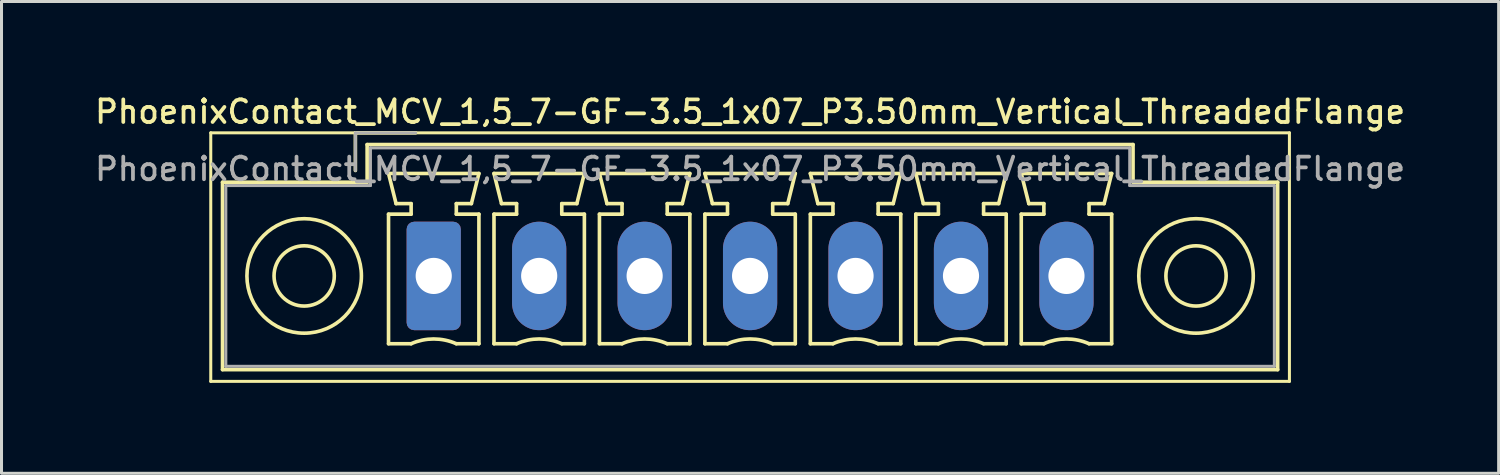
<source format=kicad_pcb>
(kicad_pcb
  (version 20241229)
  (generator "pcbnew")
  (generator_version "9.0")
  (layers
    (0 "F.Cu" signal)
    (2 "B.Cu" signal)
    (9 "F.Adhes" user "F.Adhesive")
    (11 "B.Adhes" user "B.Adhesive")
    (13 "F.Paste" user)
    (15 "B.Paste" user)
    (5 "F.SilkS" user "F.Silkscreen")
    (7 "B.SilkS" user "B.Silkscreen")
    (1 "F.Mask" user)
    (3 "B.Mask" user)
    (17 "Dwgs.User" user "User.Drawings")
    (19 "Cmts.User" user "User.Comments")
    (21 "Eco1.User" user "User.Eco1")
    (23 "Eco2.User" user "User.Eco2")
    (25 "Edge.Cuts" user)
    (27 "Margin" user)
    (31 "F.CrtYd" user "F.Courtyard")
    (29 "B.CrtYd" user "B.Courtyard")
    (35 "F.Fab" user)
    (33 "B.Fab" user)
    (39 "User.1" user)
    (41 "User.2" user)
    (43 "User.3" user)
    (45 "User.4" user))
  (footprint "PhoenixContact_MCV_1,5_7-GF-3.5_1x07_P3.50mm_Vertical_ThreadedFlange"
    (layer "F.Cu")
    (at 11.345 6.108)
    (property "Reference" "PhoenixContact_MCV_1,5_7-GF-3.5_1x07_P3.50mm_Vertical_ThreadedFlange" (at 10.5 -5.45 0) (layer "F.SilkS") (effects (font (size 0.75 0.75) (thickness 0.125))))
    (attr through_hole)
    (fp_line (start -7.4 -4.75) (end -7.4 3.5) (stroke (width 0.1) (type solid)) (layer "F.SilkS"))
    (fp_line (start -7.4 3.5) (end 28.4 3.5) (stroke (width 0.1) (type solid)) (layer "F.SilkS"))
    (fp_line (start -7.01 -3.11) (end -7.01 3.11) (stroke (width 0.12) (type solid)) (layer "F.SilkS"))
    (fp_line (start -7.01 3.11) (end 28.01 3.11) (stroke (width 0.12) (type solid)) (layer "F.SilkS"))
    (fp_line (start -2.6 -4.75) (end -0.6 -4.75) (stroke (width 0.12) (type solid)) (layer "F.SilkS"))
    (fp_line (start -2.6 -3.5) (end -2.6 -4.75) (stroke (width 0.12) (type solid)) (layer "F.SilkS"))
    (fp_line (start -2.21 -4.36) (end -2.21 -3.11) (stroke (width 0.12) (type solid)) (layer "F.SilkS"))
    (fp_line (start -2.21 -3.11) (end -7.01 -3.11) (stroke (width 0.12) (type solid)) (layer "F.SilkS"))
    (fp_line (start -1.5 -3.4) (end 1.5 -3.4) (stroke (width 0.12) (type solid)) (layer "F.SilkS"))
    (fp_line (start -1.5 -2.05) (end -0.75 -2.05) (stroke (width 0.12) (type solid)) (layer "F.SilkS"))
    (fp_line (start -1.5 2.25) (end -1.5 -2.05) (stroke (width 0.12) (type solid)) (layer "F.SilkS"))
    (fp_line (start -1.25 -2.4) (end -1.5 -3.4) (stroke (width 0.12) (type solid)) (layer "F.SilkS"))
    (fp_line (start -0.75 -2.4) (end -1.25 -2.4) (stroke (width 0.12) (type solid)) (layer "F.SilkS"))
    (fp_line (start -0.75 -2.05) (end -0.75 -2.4) (stroke (width 0.12) (type solid)) (layer "F.SilkS"))
    (fp_line (start -0.75 2.25) (end -1.5 2.25) (stroke (width 0.12) (type solid)) (layer "F.SilkS"))
    (fp_line (start 0.75 -2.4) (end 0.75 -2.05) (stroke (width 0.12) (type solid)) (layer "F.SilkS"))
    (fp_line (start 0.75 -2.05) (end 1.5 -2.05) (stroke (width 0.12) (type solid)) (layer "F.SilkS"))
    (fp_line (start 1.25 -2.4) (end 0.75 -2.4) (stroke (width 0.12) (type solid)) (layer "F.SilkS"))
    (fp_line (start 1.5 -3.4) (end 1.25 -2.4) (stroke (width 0.12) (type solid)) (layer "F.SilkS"))
    (fp_line (start 1.5 -2.05) (end 1.5 2.25) (stroke (width 0.12) (type solid)) (layer "F.SilkS"))
    (fp_line (start 1.5 2.25) (end 0.75 2.25) (stroke (width 0.12) (type solid)) (layer "F.SilkS"))
    (fp_line (start 2 -3.4) (end 5 -3.4) (stroke (width 0.12) (type solid)) (layer "F.SilkS"))
    (fp_line (start 2 -2.05) (end 2.75 -2.05) (stroke (width 0.12) (type solid)) (layer "F.SilkS"))
    (fp_line (start 2 2.25) (end 2 -2.05) (stroke (width 0.12) (type solid)) (layer "F.SilkS"))
    (fp_line (start 2.25 -2.4) (end 2 -3.4) (stroke (width 0.12) (type solid)) (layer "F.SilkS"))
    (fp_line (start 2.75 -2.4) (end 2.25 -2.4) (stroke (width 0.12) (type solid)) (layer "F.SilkS"))
    (fp_line (start 2.75 -2.05) (end 2.75 -2.4) (stroke (width 0.12) (type solid)) (layer "F.SilkS"))
    (fp_line (start 2.75 2.25) (end 2 2.25) (stroke (width 0.12) (type solid)) (layer "F.SilkS"))
    (fp_line (start 4.25 -2.4) (end 4.25 -2.05) (stroke (width 0.12) (type solid)) (layer "F.SilkS"))
    (fp_line (start 4.25 -2.05) (end 5 -2.05) (stroke (width 0.12) (type solid)) (layer "F.SilkS"))
    (fp_line (start 4.75 -2.4) (end 4.25 -2.4) (stroke (width 0.12) (type solid)) (layer "F.SilkS"))
    (fp_line (start 5 -3.4) (end 4.75 -2.4) (stroke (width 0.12) (type solid)) (layer "F.SilkS"))
    (fp_line (start 5 -2.05) (end 5 2.25) (stroke (width 0.12) (type solid)) (layer "F.SilkS"))
    (fp_line (start 5 2.25) (end 4.25 2.25) (stroke (width 0.12) (type solid)) (layer "F.SilkS"))
    (fp_line (start 5.5 -3.4) (end 8.5 -3.4) (stroke (width 0.12) (type solid)) (layer "F.SilkS"))
    (fp_line (start 5.5 -2.05) (end 6.25 -2.05) (stroke (width 0.12) (type solid)) (layer "F.SilkS"))
    (fp_line (start 5.5 2.25) (end 5.5 -2.05) (stroke (width 0.12) (type solid)) (layer "F.SilkS"))
    (fp_line (start 5.75 -2.4) (end 5.5 -3.4) (stroke (width 0.12) (type solid)) (layer "F.SilkS"))
    (fp_line (start 6.25 -2.4) (end 5.75 -2.4) (stroke (width 0.12) (type solid)) (layer "F.SilkS"))
    (fp_line (start 6.25 -2.05) (end 6.25 -2.4) (stroke (width 0.12) (type solid)) (layer "F.SilkS"))
    (fp_line (start 6.25 2.25) (end 5.5 2.25) (stroke (width 0.12) (type solid)) (layer "F.SilkS"))
    (fp_line (start 7.75 -2.4) (end 7.75 -2.05) (stroke (width 0.12) (type solid)) (layer "F.SilkS"))
    (fp_line (start 7.75 -2.05) (end 8.5 -2.05) (stroke (width 0.12) (type solid)) (layer "F.SilkS"))
    (fp_line (start 8.25 -2.4) (end 7.75 -2.4) (stroke (width 0.12) (type solid)) (layer "F.SilkS"))
    (fp_line (start 8.5 -3.4) (end 8.25 -2.4) (stroke (width 0.12) (type solid)) (layer "F.SilkS"))
    (fp_line (start 8.5 -2.05) (end 8.5 2.25) (stroke (width 0.12) (type solid)) (layer "F.SilkS"))
    (fp_line (start 8.5 2.25) (end 7.75 2.25) (stroke (width 0.12) (type solid)) (layer "F.SilkS"))
    (fp_line (start 9 -3.4) (end 12 -3.4) (stroke (width 0.12) (type solid)) (layer "F.SilkS"))
    (fp_line (start 9 -2.05) (end 9.75 -2.05) (stroke (width 0.12) (type solid)) (layer "F.SilkS"))
    (fp_line (start 9 2.25) (end 9 -2.05) (stroke (width 0.12) (type solid)) (layer "F.SilkS"))
    (fp_line (start 9.25 -2.4) (end 9 -3.4) (stroke (width 0.12) (type solid)) (layer "F.SilkS"))
    (fp_line (start 9.75 -2.4) (end 9.25 -2.4) (stroke (width 0.12) (type solid)) (layer "F.SilkS"))
    (fp_line (start 9.75 -2.05) (end 9.75 -2.4) (stroke (width 0.12) (type solid)) (layer "F.SilkS"))
    (fp_line (start 9.75 2.25) (end 9 2.25) (stroke (width 0.12) (type solid)) (layer "F.SilkS"))
    (fp_line (start 11.25 -2.4) (end 11.25 -2.05) (stroke (width 0.12) (type solid)) (layer "F.SilkS"))
    (fp_line (start 11.25 -2.05) (end 12 -2.05) (stroke (width 0.12) (type solid)) (layer "F.SilkS"))
    (fp_line (start 11.75 -2.4) (end 11.25 -2.4) (stroke (width 0.12) (type solid)) (layer "F.SilkS"))
    (fp_line (start 12 -3.4) (end 11.75 -2.4) (stroke (width 0.12) (type solid)) (layer "F.SilkS"))
    (fp_line (start 12 -2.05) (end 12 2.25) (stroke (width 0.12) (type solid)) (layer "F.SilkS"))
    (fp_line (start 12 2.25) (end 11.25 2.25) (stroke (width 0.12) (type solid)) (layer "F.SilkS"))
    (fp_line (start 12.5 -3.4) (end 15.5 -3.4) (stroke (width 0.12) (type solid)) (layer "F.SilkS"))
    (fp_line (start 12.5 -2.05) (end 13.25 -2.05) (stroke (width 0.12) (type solid)) (layer "F.SilkS"))
    (fp_line (start 12.5 2.25) (end 12.5 -2.05) (stroke (width 0.12) (type solid)) (layer "F.SilkS"))
    (fp_line (start 12.75 -2.4) (end 12.5 -3.4) (stroke (width 0.12) (type solid)) (layer "F.SilkS"))
    (fp_line (start 13.25 -2.4) (end 12.75 -2.4) (stroke (width 0.12) (type solid)) (layer "F.SilkS"))
    (fp_line (start 13.25 -2.05) (end 13.25 -2.4) (stroke (width 0.12) (type solid)) (layer "F.SilkS"))
    (fp_line (start 13.25 2.25) (end 12.5 2.25) (stroke (width 0.12) (type solid)) (layer "F.SilkS"))
    (fp_line (start 14.75 -2.4) (end 14.75 -2.05) (stroke (width 0.12) (type solid)) (layer "F.SilkS"))
    (fp_line (start 14.75 -2.05) (end 15.5 -2.05) (stroke (width 0.12) (type solid)) (layer "F.SilkS"))
    (fp_line (start 15.25 -2.4) (end 14.75 -2.4) (stroke (width 0.12) (type solid)) (layer "F.SilkS"))
    (fp_line (start 15.5 -3.4) (end 15.25 -2.4) (stroke (width 0.12) (type solid)) (layer "F.SilkS"))
    (fp_line (start 15.5 -2.05) (end 15.5 2.25) (stroke (width 0.12) (type solid)) (layer "F.SilkS"))
    (fp_line (start 15.5 2.25) (end 14.75 2.25) (stroke (width 0.12) (type solid)) (layer "F.SilkS"))
    (fp_line (start 16 -3.4) (end 19 -3.4) (stroke (width 0.12) (type solid)) (layer "F.SilkS"))
    (fp_line (start 16 -2.05) (end 16.75 -2.05) (stroke (width 0.12) (type solid)) (layer "F.SilkS"))
    (fp_line (start 16 2.25) (end 16 -2.05) (stroke (width 0.12) (type solid)) (layer "F.SilkS"))
    (fp_line (start 16.25 -2.4) (end 16 -3.4) (stroke (width 0.12) (type solid)) (layer "F.SilkS"))
    (fp_line (start 16.75 -2.4) (end 16.25 -2.4) (stroke (width 0.12) (type solid)) (layer "F.SilkS"))
    (fp_line (start 16.75 -2.05) (end 16.75 -2.4) (stroke (width 0.12) (type solid)) (layer "F.SilkS"))
    (fp_line (start 16.75 2.25) (end 16 2.25) (stroke (width 0.12) (type solid)) (layer "F.SilkS"))
    (fp_line (start 18.25 -2.4) (end 18.25 -2.05) (stroke (width 0.12) (type solid)) (layer "F.SilkS"))
    (fp_line (start 18.25 -2.05) (end 19 -2.05) (stroke (width 0.12) (type solid)) (layer "F.SilkS"))
    (fp_line (start 18.75 -2.4) (end 18.25 -2.4) (stroke (width 0.12) (type solid)) (layer "F.SilkS"))
    (fp_line (start 19 -3.4) (end 18.75 -2.4) (stroke (width 0.12) (type solid)) (layer "F.SilkS"))
    (fp_line (start 19 -2.05) (end 19 2.25) (stroke (width 0.12) (type solid)) (layer "F.SilkS"))
    (fp_line (start 19 2.25) (end 18.25 2.25) (stroke (width 0.12) (type solid)) (layer "F.SilkS"))
    (fp_line (start 19.5 -3.4) (end 22.5 -3.4) (stroke (width 0.12) (type solid)) (layer "F.SilkS"))
    (fp_line (start 19.5 -2.05) (end 20.25 -2.05) (stroke (width 0.12) (type solid)) (layer "F.SilkS"))
    (fp_line (start 19.5 2.25) (end 19.5 -2.05) (stroke (width 0.12) (type solid)) (layer "F.SilkS"))
    (fp_line (start 19.75 -2.4) (end 19.5 -3.4) (stroke (width 0.12) (type solid)) (layer "F.SilkS"))
    (fp_line (start 20.25 -2.4) (end 19.75 -2.4) (stroke (width 0.12) (type solid)) (layer "F.SilkS"))
    (fp_line (start 20.25 -2.05) (end 20.25 -2.4) (stroke (width 0.12) (type solid)) (layer "F.SilkS"))
    (fp_line (start 20.25 2.25) (end 19.5 2.25) (stroke (width 0.12) (type solid)) (layer "F.SilkS"))
    (fp_line (start 21.75 -2.4) (end 21.75 -2.05) (stroke (width 0.12) (type solid)) (layer "F.SilkS"))
    (fp_line (start 21.75 -2.05) (end 22.5 -2.05) (stroke (width 0.12) (type solid)) (layer "F.SilkS"))
    (fp_line (start 22.25 -2.4) (end 21.75 -2.4) (stroke (width 0.12) (type solid)) (layer "F.SilkS"))
    (fp_line (start 22.5 -3.4) (end 22.25 -2.4) (stroke (width 0.12) (type solid)) (layer "F.SilkS"))
    (fp_line (start 22.5 -2.05) (end 22.5 2.25) (stroke (width 0.12) (type solid)) (layer "F.SilkS"))
    (fp_line (start 22.5 2.25) (end 21.75 2.25) (stroke (width 0.12) (type solid)) (layer "F.SilkS"))
    (fp_line (start 23.21 -4.36) (end -2.21 -4.36) (stroke (width 0.12) (type solid)) (layer "F.SilkS"))
    (fp_line (start 23.21 -3.11) (end 23.21 -4.36) (stroke (width 0.12) (type solid)) (layer "F.SilkS"))
    (fp_line (start 28.01 -3.11) (end 23.21 -3.11) (stroke (width 0.12) (type solid)) (layer "F.SilkS"))
    (fp_line (start 28.01 3.11) (end 28.01 -3.11) (stroke (width 0.12) (type solid)) (layer "F.SilkS"))
    (fp_line (start 28.4 -4.75) (end -7.4 -4.75) (stroke (width 0.1) (type solid)) (layer "F.SilkS"))
    (fp_line (start 28.4 3.5) (end 28.4 -4.75) (stroke (width 0.1) (type solid)) (layer "F.SilkS"))
    (fp_arc (start -0.75 2.25) (mid -0.000193 2.09191) (end 0.749647 2.249844) (stroke (width 0.12) (type solid)) (layer "F.SilkS"))
    (fp_arc (start 2.75 2.25) (mid 3.499807 2.09191) (end 4.249647 2.249844) (stroke (width 0.12) (type solid)) (layer "F.SilkS"))
    (fp_arc (start 6.25 2.25) (mid 6.999807 2.09191) (end 7.749647 2.249844) (stroke (width 0.12) (type solid)) (layer "F.SilkS"))
    (fp_arc (start 9.75 2.25) (mid 10.499807 2.09191) (end 11.249647 2.249844) (stroke (width 0.12) (type solid)) (layer "F.SilkS"))
    (fp_arc (start 13.25 2.25) (mid 13.999807 2.09191) (end 14.749647 2.249844) (stroke (width 0.12) (type solid)) (layer "F.SilkS"))
    (fp_arc (start 16.75 2.25) (mid 17.499807 2.09191) (end 18.249647 2.249844) (stroke (width 0.12) (type solid)) (layer "F.SilkS"))
    (fp_arc (start 20.25 2.25) (mid 20.999807 2.09191) (end 21.749647 2.249844) (stroke (width 0.12) (type solid)) (layer "F.SilkS"))
    (fp_circle (center -4.3 0) (end -3.3 0) (stroke (width 0.12) (type solid)) (fill no) (layer "F.SilkS"))
    (fp_circle (center -4.3 0) (end -2.4 0) (stroke (width 0.12) (type solid)) (fill no) (layer "F.SilkS"))
    (fp_circle (center 25.3 0) (end 26.3 0) (stroke (width 0.12) (type solid)) (fill no) (layer "F.SilkS"))
    (fp_circle (center 25.3 0) (end 27.2 0) (stroke (width 0.12) (type solid)) (fill no) (layer "F.SilkS"))
    (fp_line (start -6.9 -3) (end -6.9 3) (stroke (width 0.1) (type solid)) (layer "F.Fab"))
    (fp_line (start -6.9 3) (end 27.9 3) (stroke (width 0.1) (type solid)) (layer "F.Fab"))
    (fp_line (start -2.6 -4.75) (end -0.6 -4.75) (stroke (width 0.1) (type solid)) (layer "F.Fab"))
    (fp_line (start -2.6 -3.5) (end -2.6 -4.75) (stroke (width 0.1) (type solid)) (layer "F.Fab"))
    (fp_line (start -2.1 -4.25) (end -2.1 -3) (stroke (width 0.1) (type solid)) (layer "F.Fab"))
    (fp_line (start -2.1 -3) (end -6.9 -3) (stroke (width 0.1) (type solid)) (layer "F.Fab"))
    (fp_line (start 23.1 -4.25) (end -2.1 -4.25) (stroke (width 0.1) (type solid)) (layer "F.Fab"))
    (fp_line (start 23.1 -3) (end 23.1 -4.25) (stroke (width 0.1) (type solid)) (layer "F.Fab"))
    (fp_line (start 27.9 -3) (end 23.1 -3) (stroke (width 0.1) (type solid)) (layer "F.Fab"))
    (fp_line (start 27.9 3) (end 27.9 -3) (stroke (width 0.1) (type solid)) (layer "F.Fab"))
    (fp_text user "${REFERENCE}" (at 10.5 -3.55 0) (layer "F.Fab") (effects (font (size 0.75 0.75) (thickness 0.125))))
    (pad "1" thru_hole roundrect (at 0 0) (size 1.8 3.6) (drill 1.2) (layers "*.Cu" "*.Mask") (roundrect_rratio 0.139))
    (pad "2" thru_hole oval (at 3.5 0) (size 1.8 3.6) (drill 1.2) (layers "*.Cu" "*.Mask"))
    (pad "3" thru_hole oval (at 7 0) (size 1.8 3.6) (drill 1.2) (layers "*.Cu" "*.Mask"))
    (pad "4" thru_hole oval (at 10.5 0) (size 1.8 3.6) (drill 1.2) (layers "*.Cu" "*.Mask"))
    (pad "5" thru_hole oval (at 14 0) (size 1.8 3.6) (drill 1.2) (layers "*.Cu" "*.Mask"))
    (pad "6" thru_hole oval (at 17.5 0) (size 1.8 3.6) (drill 1.2) (layers "*.Cu" "*.Mask"))
    (pad "7" thru_hole oval (at 21 0) (size 1.8 3.6) (drill 1.2) (layers "*.Cu" "*.Mask")))
  (gr_rect
    (start -3 -3)
    (end 46.689 12.658)
    (stroke (width 0.1) (type default))
    (fill no)
    (layer "Edge.Cuts")))
</source>
